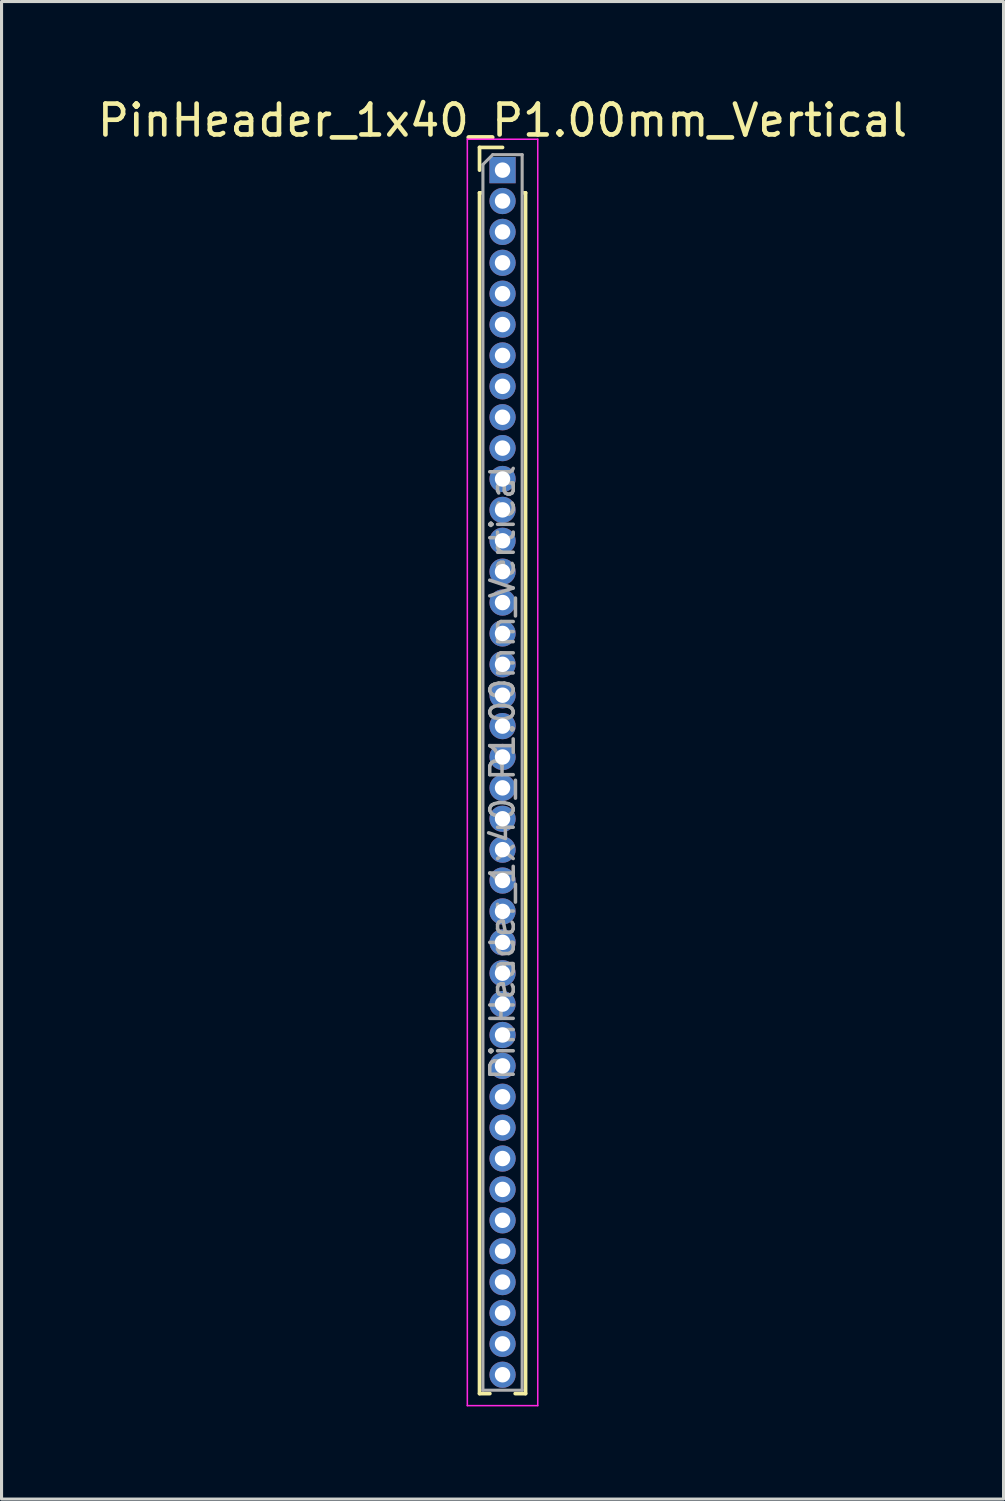
<source format=kicad_pcb>
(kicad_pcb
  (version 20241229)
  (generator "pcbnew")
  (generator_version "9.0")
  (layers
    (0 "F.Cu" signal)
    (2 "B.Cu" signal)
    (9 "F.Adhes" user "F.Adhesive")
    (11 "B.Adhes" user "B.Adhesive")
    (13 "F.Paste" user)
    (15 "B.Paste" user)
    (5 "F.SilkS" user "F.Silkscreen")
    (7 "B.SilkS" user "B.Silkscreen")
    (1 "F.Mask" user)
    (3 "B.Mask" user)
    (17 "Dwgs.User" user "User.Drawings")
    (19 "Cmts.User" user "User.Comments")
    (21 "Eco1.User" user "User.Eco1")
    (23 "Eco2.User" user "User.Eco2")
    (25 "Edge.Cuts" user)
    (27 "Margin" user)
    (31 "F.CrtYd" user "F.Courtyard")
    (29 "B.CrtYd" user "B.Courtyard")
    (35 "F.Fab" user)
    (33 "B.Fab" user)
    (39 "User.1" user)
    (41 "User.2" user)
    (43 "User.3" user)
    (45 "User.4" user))
  (footprint "PinHeader_1x40_P1.00mm_Vertical"
    (layer "F.Cu")
    (at 13.22 2.458)
    (property "Reference" "PinHeader_1x40_P1.00mm_Vertical" (at 0 -1.61 0) (layer "F.SilkS") (effects (font (size 1 1) (thickness 0.15))))
    (attr through_hole)
    (fp_line (start -0.745 -0.735) (end 0 -0.735) (stroke (width 0.12) (type solid)) (layer "F.SilkS"))
    (fp_line (start -0.745 0) (end -0.745 -0.735) (stroke (width 0.12) (type solid)) (layer "F.SilkS"))
    (fp_line (start -0.745 0.735) (end -0.745 39.61) (stroke (width 0.12) (type solid)) (layer "F.SilkS"))
    (fp_line (start -0.745 0.735) (end -0.686 0.735) (stroke (width 0.12) (type solid)) (layer "F.SilkS"))
    (fp_line (start -0.745 39.61) (end -0.41 39.61) (stroke (width 0.12) (type solid)) (layer "F.SilkS"))
    (fp_line (start 0.41 39.61) (end 0.745 39.61) (stroke (width 0.12) (type solid)) (layer "F.SilkS"))
    (fp_line (start 0.686 0.735) (end 0.745 0.735) (stroke (width 0.12) (type solid)) (layer "F.SilkS"))
    (fp_line (start 0.745 0.735) (end 0.745 39.61) (stroke (width 0.12) (type solid)) (layer "F.SilkS"))
    (fp_line (start -1.14 -1) (end -1.14 40) (stroke (width 0.05) (type solid)) (layer "F.CrtYd"))
    (fp_line (start -1.14 40) (end 1.14 40) (stroke (width 0.05) (type solid)) (layer "F.CrtYd"))
    (fp_line (start 1.14 -1) (end -1.14 -1) (stroke (width 0.05) (type solid)) (layer "F.CrtYd"))
    (fp_line (start 1.14 40) (end 1.14 -1) (stroke (width 0.05) (type solid)) (layer "F.CrtYd"))
    (fp_line (start -0.635 -0.182) (end -0.318 -0.5) (stroke (width 0.1) (type solid)) (layer "F.Fab"))
    (fp_line (start -0.635 39.5) (end -0.635 -0.182) (stroke (width 0.1) (type solid)) (layer "F.Fab"))
    (fp_line (start -0.318 -0.5) (end 0.635 -0.5) (stroke (width 0.1) (type solid)) (layer "F.Fab"))
    (fp_line (start 0.635 -0.5) (end 0.635 39.5) (stroke (width 0.1) (type solid)) (layer "F.Fab"))
    (fp_line (start 0.635 39.5) (end -0.635 39.5) (stroke (width 0.1) (type solid)) (layer "F.Fab"))
    (fp_text user "${REFERENCE}" (at 0 19.5 90) (layer "F.Fab") (effects (font (size 0.76 0.76) (thickness 0.114))))
    (pad "1" thru_hole rect (at 0 0) (size 0.85 0.85) (drill 0.5) (layers "*.Cu" "*.Mask"))
    (pad "2" thru_hole circle (at 0 1) (size 0.85 0.85) (drill 0.5) (layers "*.Cu" "*.Mask"))
    (pad "3" thru_hole circle (at 0 2) (size 0.85 0.85) (drill 0.5) (layers "*.Cu" "*.Mask"))
    (pad "4" thru_hole circle (at 0 3) (size 0.85 0.85) (drill 0.5) (layers "*.Cu" "*.Mask"))
    (pad "5" thru_hole circle (at 0 4) (size 0.85 0.85) (drill 0.5) (layers "*.Cu" "*.Mask"))
    (pad "6" thru_hole circle (at 0 5) (size 0.85 0.85) (drill 0.5) (layers "*.Cu" "*.Mask"))
    (pad "7" thru_hole circle (at 0 6) (size 0.85 0.85) (drill 0.5) (layers "*.Cu" "*.Mask"))
    (pad "8" thru_hole circle (at 0 7) (size 0.85 0.85) (drill 0.5) (layers "*.Cu" "*.Mask"))
    (pad "9" thru_hole circle (at 0 8) (size 0.85 0.85) (drill 0.5) (layers "*.Cu" "*.Mask"))
    (pad "10" thru_hole circle (at 0 9) (size 0.85 0.85) (drill 0.5) (layers "*.Cu" "*.Mask"))
    (pad "11" thru_hole circle (at 0 10) (size 0.85 0.85) (drill 0.5) (layers "*.Cu" "*.Mask"))
    (pad "12" thru_hole circle (at 0 11) (size 0.85 0.85) (drill 0.5) (layers "*.Cu" "*.Mask"))
    (pad "13" thru_hole circle (at 0 12) (size 0.85 0.85) (drill 0.5) (layers "*.Cu" "*.Mask"))
    (pad "14" thru_hole circle (at 0 13) (size 0.85 0.85) (drill 0.5) (layers "*.Cu" "*.Mask"))
    (pad "15" thru_hole circle (at 0 14) (size 0.85 0.85) (drill 0.5) (layers "*.Cu" "*.Mask"))
    (pad "16" thru_hole circle (at 0 15) (size 0.85 0.85) (drill 0.5) (layers "*.Cu" "*.Mask"))
    (pad "17" thru_hole circle (at 0 16) (size 0.85 0.85) (drill 0.5) (layers "*.Cu" "*.Mask"))
    (pad "18" thru_hole circle (at 0 17) (size 0.85 0.85) (drill 0.5) (layers "*.Cu" "*.Mask"))
    (pad "19" thru_hole circle (at 0 18) (size 0.85 0.85) (drill 0.5) (layers "*.Cu" "*.Mask"))
    (pad "20" thru_hole circle (at 0 19) (size 0.85 0.85) (drill 0.5) (layers "*.Cu" "*.Mask"))
    (pad "21" thru_hole circle (at 0 20) (size 0.85 0.85) (drill 0.5) (layers "*.Cu" "*.Mask"))
    (pad "22" thru_hole circle (at 0 21) (size 0.85 0.85) (drill 0.5) (layers "*.Cu" "*.Mask"))
    (pad "23" thru_hole circle (at 0 22) (size 0.85 0.85) (drill 0.5) (layers "*.Cu" "*.Mask"))
    (pad "24" thru_hole circle (at 0 23) (size 0.85 0.85) (drill 0.5) (layers "*.Cu" "*.Mask"))
    (pad "25" thru_hole circle (at 0 24) (size 0.85 0.85) (drill 0.5) (layers "*.Cu" "*.Mask"))
    (pad "26" thru_hole circle (at 0 25) (size 0.85 0.85) (drill 0.5) (layers "*.Cu" "*.Mask"))
    (pad "27" thru_hole circle (at 0 26) (size 0.85 0.85) (drill 0.5) (layers "*.Cu" "*.Mask"))
    (pad "28" thru_hole circle (at 0 27) (size 0.85 0.85) (drill 0.5) (layers "*.Cu" "*.Mask"))
    (pad "29" thru_hole circle (at 0 28) (size 0.85 0.85) (drill 0.5) (layers "*.Cu" "*.Mask"))
    (pad "30" thru_hole circle (at 0 29) (size 0.85 0.85) (drill 0.5) (layers "*.Cu" "*.Mask"))
    (pad "31" thru_hole circle (at 0 30) (size 0.85 0.85) (drill 0.5) (layers "*.Cu" "*.Mask"))
    (pad "32" thru_hole circle (at 0 31) (size 0.85 0.85) (drill 0.5) (layers "*.Cu" "*.Mask"))
    (pad "33" thru_hole circle (at 0 32) (size 0.85 0.85) (drill 0.5) (layers "*.Cu" "*.Mask"))
    (pad "34" thru_hole circle (at 0 33) (size 0.85 0.85) (drill 0.5) (layers "*.Cu" "*.Mask"))
    (pad "35" thru_hole circle (at 0 34) (size 0.85 0.85) (drill 0.5) (layers "*.Cu" "*.Mask"))
    (pad "36" thru_hole circle (at 0 35) (size 0.85 0.85) (drill 0.5) (layers "*.Cu" "*.Mask"))
    (pad "37" thru_hole circle (at 0 36) (size 0.85 0.85) (drill 0.5) (layers "*.Cu" "*.Mask"))
    (pad "38" thru_hole circle (at 0 37) (size 0.85 0.85) (drill 0.5) (layers "*.Cu" "*.Mask"))
    (pad "39" thru_hole circle (at 0 38) (size 0.85 0.85) (drill 0.5) (layers "*.Cu" "*.Mask"))
    (pad "40" thru_hole circle (at 0 39) (size 0.85 0.85) (drill 0.5) (layers "*.Cu" "*.Mask")))
  (gr_rect
    (start -3 -3)
    (end 29.44 45.483)
    (stroke (width 0.1) (type default))
    (fill no)
    (layer "Edge.Cuts")))
</source>
